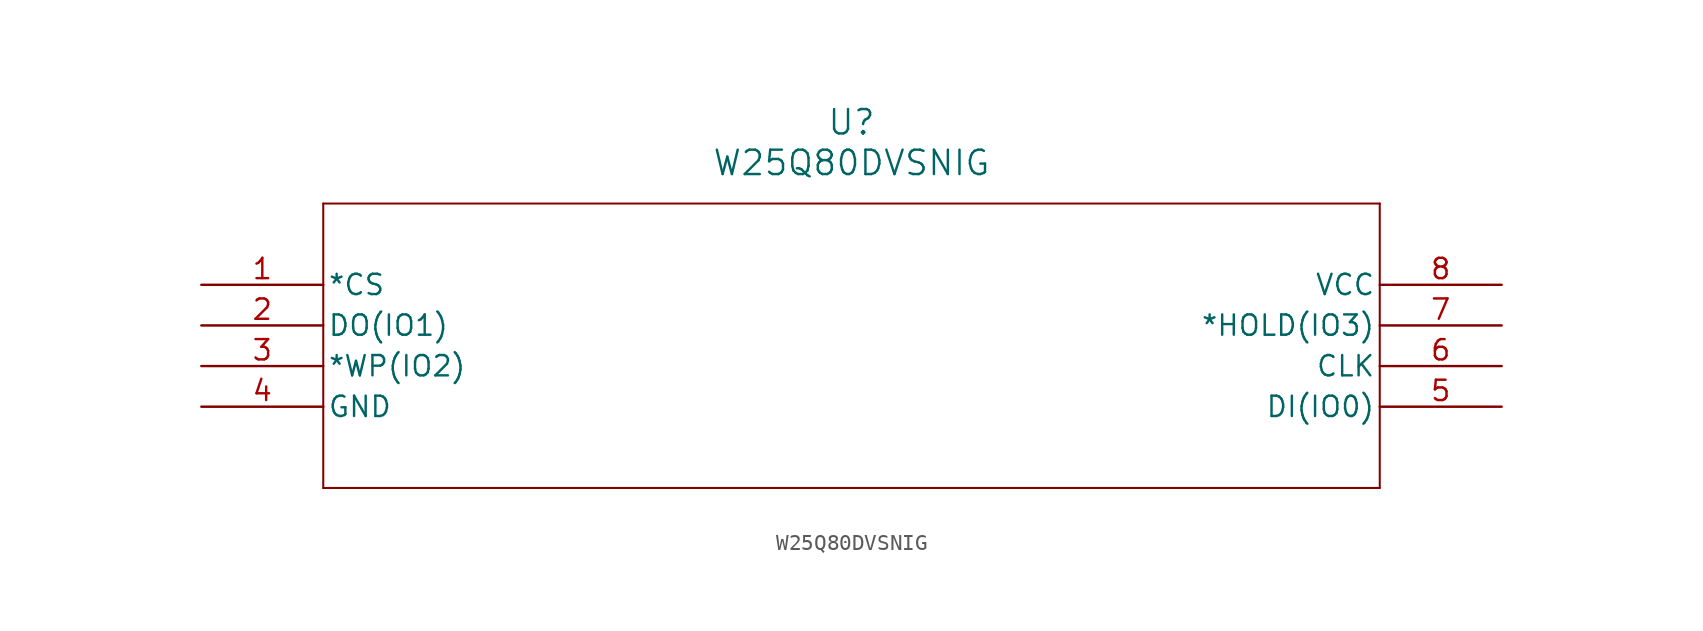
<source format=kicad_sym>
(kicad_symbol_lib
  (version 20211014)
  (generator kicad_symbol_editor)
  (symbol "W25Q80DVSNIG"
    (pin_names
      (offset 0.254))
    (property "Reference" "U"
      (at 40.64 10.16 0)
      (effects (font (size 1.524 1.524))))
    (property "Value" "W25Q80DVSNIG"
      (at 40.64 7.62 0)
      (effects (font (size 1.524 1.524))))
    (symbol "W25Q80DVSNIG_0_1"
      (polyline (pts (xy 7.62 5.08) (xy 7.62 -12.7)) (stroke (width 0.127) (type default) (color 0 0 0 0)) (fill (type none)))
      (polyline (pts (xy 7.62 -12.7) (xy 73.66 -12.7)) (stroke (width 0.127) (type default) (color 0 0 0 0)) (fill (type none)))
      (polyline (pts (xy 73.66 -12.7) (xy 73.66 5.08)) (stroke (width 0.127) (type default) (color 0 0 0 0)) (fill (type none)))
      (polyline (pts (xy 73.66 5.08) (xy 7.62 5.08)) (stroke (width 0.127) (type default) (color 0 0 0 0)) (fill (type none)))
      (pin input line (at 0 0 0) (length 7.62) (name "*CS" (effects (font (size 1.27 1.27)))) (number "1" (effects (font (size 1.27 1.27)))))
      (pin bidirectional line (at 0 -2.54 0) (length 7.62) (name "DO(IO1)" (effects (font (size 1.27 1.27)))) (number "2" (effects (font (size 1.27 1.27)))))
      (pin bidirectional line (at 0 -5.08 0) (length 7.62) (name "*WP(IO2)" (effects (font (size 1.27 1.27)))) (number "3" (effects (font (size 1.27 1.27)))))
      (pin power_in line (at 0 -7.62 0) (length 7.62) (name "GND" (effects (font (size 1.27 1.27)))) (number "4" (effects (font (size 1.27 1.27)))))
      (pin bidirectional line (at 81.28 -7.62 180) (length 7.62) (name "DI(IO0)" (effects (font (size 1.27 1.27)))) (number "5" (effects (font (size 1.27 1.27)))))
      (pin input line (at 81.28 -5.08 180) (length 7.62) (name "CLK" (effects (font (size 1.27 1.27)))) (number "6" (effects (font (size 1.27 1.27)))))
      (pin bidirectional line (at 81.28 -2.54 180) (length 7.62) (name "*HOLD(IO3)" (effects (font (size 1.27 1.27)))) (number "7" (effects (font (size 1.27 1.27)))))
      (pin power_in line (at 81.28 0 180) (length 7.62) (name "VCC" (effects (font (size 1.27 1.27)))) (number "8" (effects (font (size 1.27 1.27))))))))
</source>
